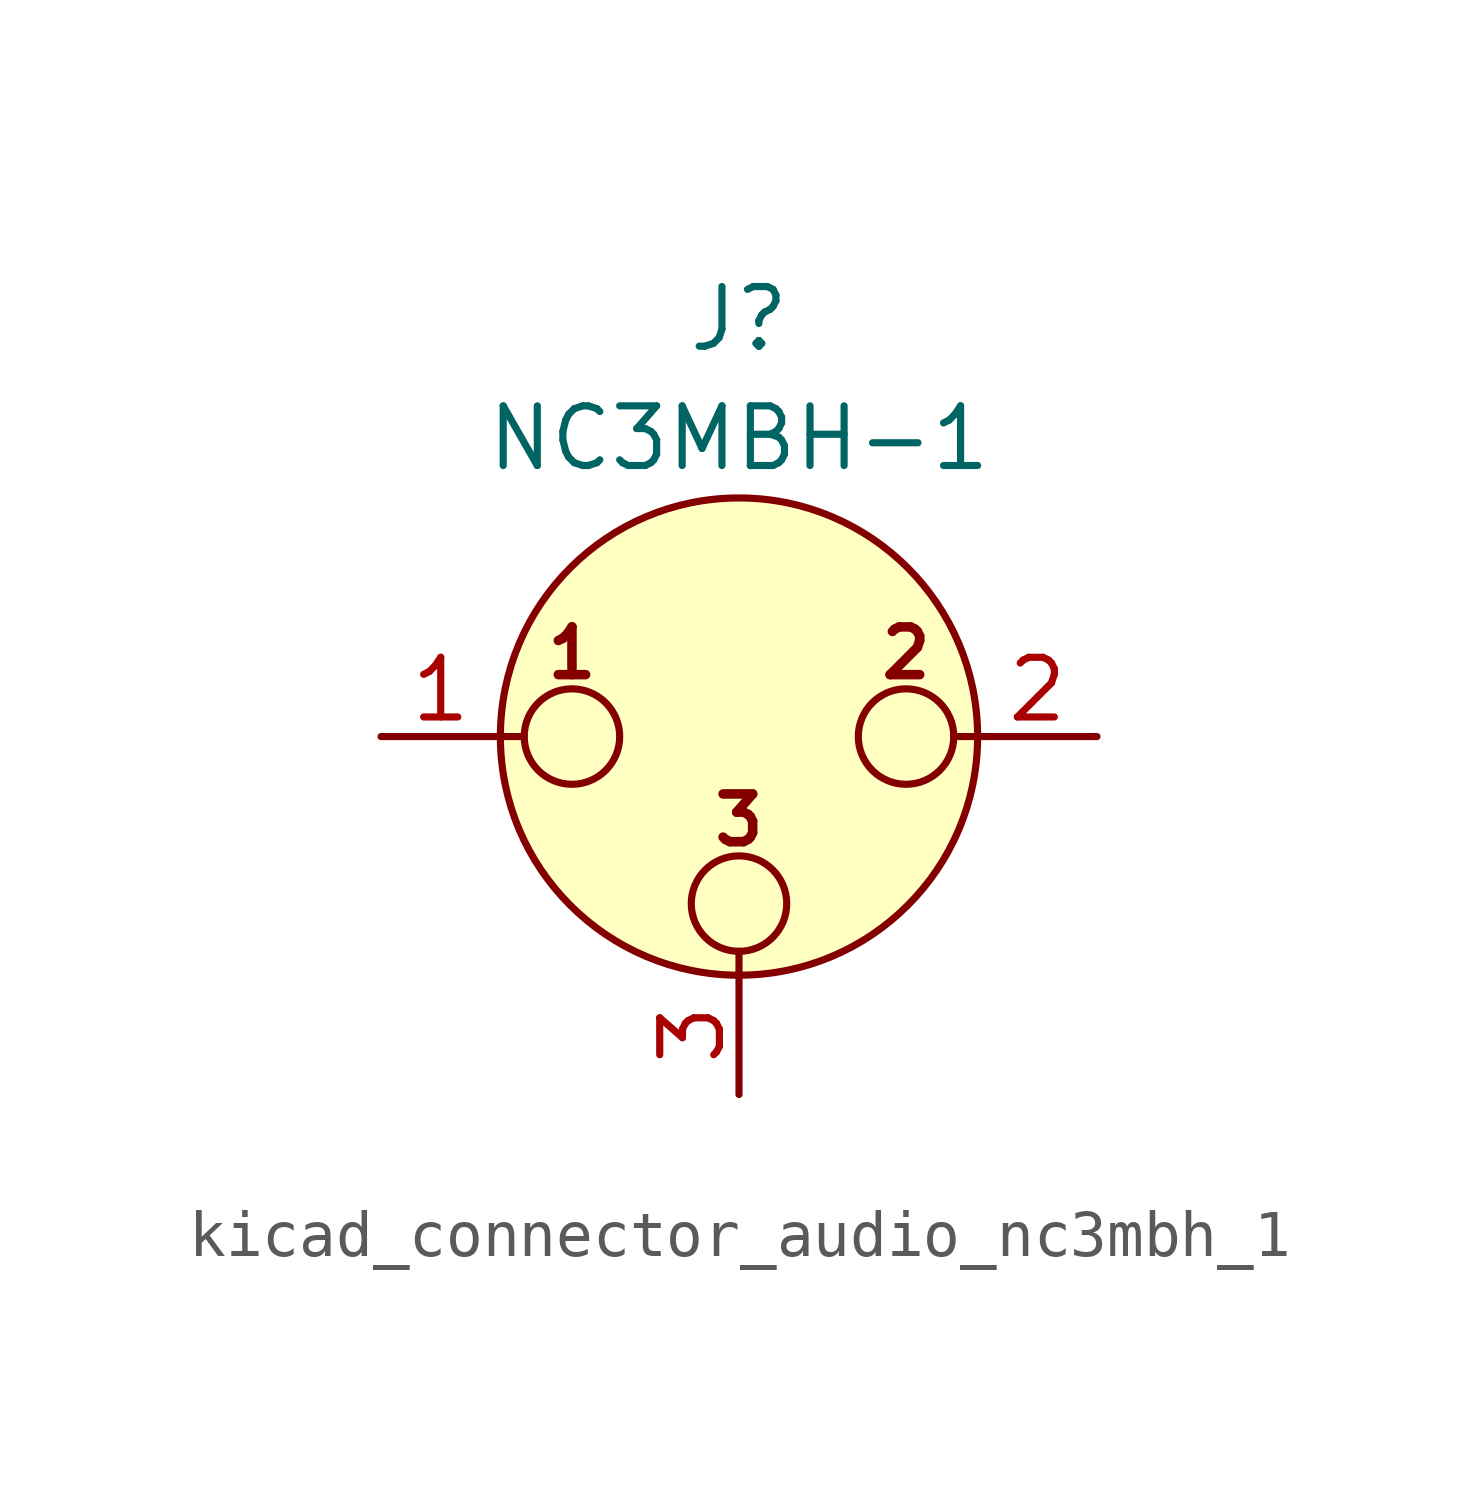
<source format=kicad_sym>
(kicad_symbol_lib
  (version 20220914)
  (generator kicad_symbol_editor)
  (symbol "kicad_connector_audio_nc3mbh_1"
    (pin_names hide)
    (property "Reference" "J"
      (at 0 8.89 0)
      (effects (font (size 1.27 1.27))))
    (property "Value" "NC3MBH-1"
      (at 0 6.35 0)
      (effects (font (size 1.27 1.27))))
    (symbol "kicad_connector_audio_nc3mbh_1_0_1"
      (circle (center -3.556 0) (radius 1.016) (stroke (width 0) (type default)) (fill (type none)))
      (circle (center 0 -3.556) (radius 1.016) (stroke (width 0) (type default)) (fill (type none)))
      (polyline (pts (xy -5.08 0) (xy -4.572 0)) (stroke (width 0) (type default)) (fill (type none)))
      (polyline (pts (xy 0 -5.08) (xy 0 -4.572)) (stroke (width 0) (type default)) (fill (type none)))
      (polyline (pts (xy 5.08 0) (xy 4.572 0)) (stroke (width 0) (type default)) (fill (type none)))
      (circle (center 0 0) (radius 5.08) (stroke (width 0) (type default)) (fill (type background)))
      (circle (center 3.556 0) (radius 1.016) (stroke (width 0) (type default)) (fill (type none)))
      (text "1" (at -3.556 1.778 0) (effects (font (size 1.016 1.016) bold)))
      (text "2" (at 3.556 1.778 0) (effects (font (size 1.016 1.016) bold)))
      (text "3" (at 0 -1.778 0) (effects (font (size 1.016 1.016) bold)))
      (pin passive line (at -7.62 0 0) (length 2.54) (name "~" (effects (font (size 1.27 1.27)))) (number "1" (effects (font (size 1.27 1.27)))))
      (pin passive line (at 7.62 0 180) (length 2.54) (name "~" (effects (font (size 1.27 1.27)))) (number "2" (effects (font (size 1.27 1.27)))))
      (pin passive line (at 0 -7.62 90) (length 2.54) (name "~" (effects (font (size 1.27 1.27)))) (number "3" (effects (font (size 1.27 1.27))))))))
</source>
